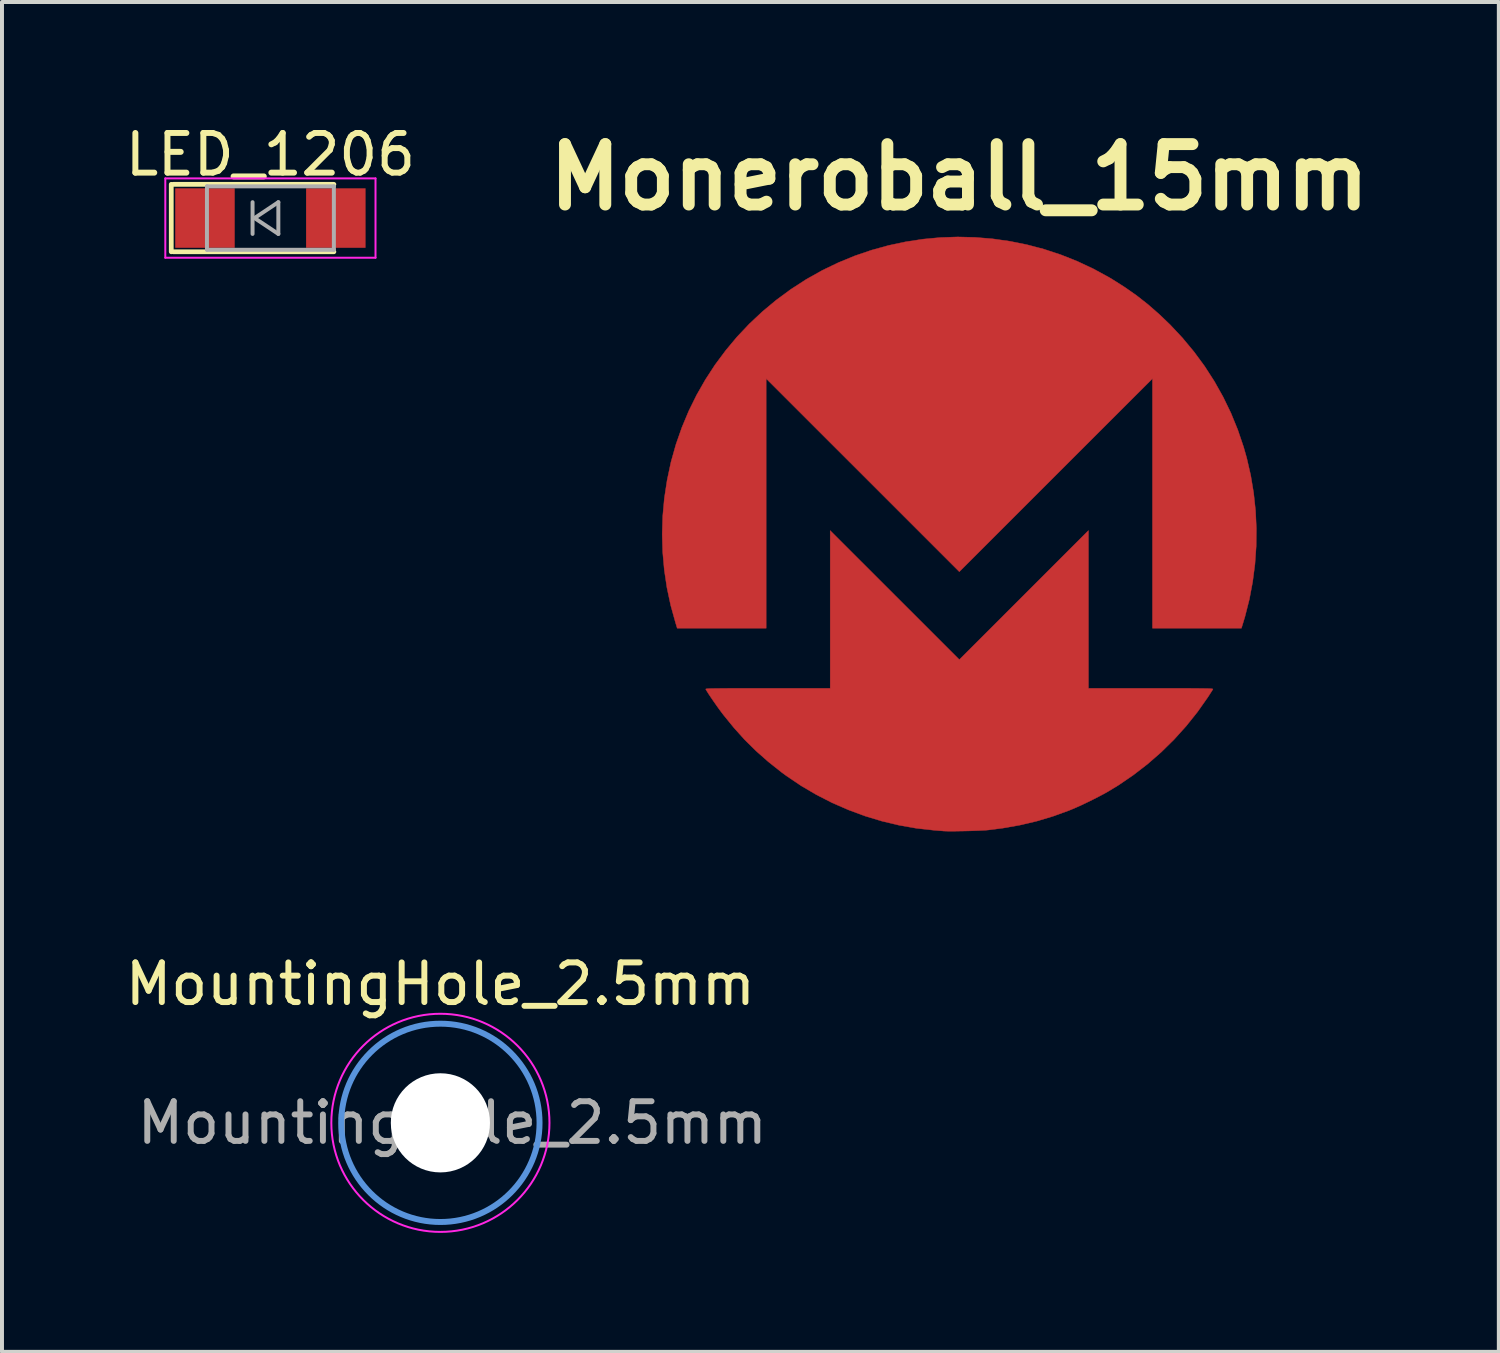
<source format=kicad_pcb>
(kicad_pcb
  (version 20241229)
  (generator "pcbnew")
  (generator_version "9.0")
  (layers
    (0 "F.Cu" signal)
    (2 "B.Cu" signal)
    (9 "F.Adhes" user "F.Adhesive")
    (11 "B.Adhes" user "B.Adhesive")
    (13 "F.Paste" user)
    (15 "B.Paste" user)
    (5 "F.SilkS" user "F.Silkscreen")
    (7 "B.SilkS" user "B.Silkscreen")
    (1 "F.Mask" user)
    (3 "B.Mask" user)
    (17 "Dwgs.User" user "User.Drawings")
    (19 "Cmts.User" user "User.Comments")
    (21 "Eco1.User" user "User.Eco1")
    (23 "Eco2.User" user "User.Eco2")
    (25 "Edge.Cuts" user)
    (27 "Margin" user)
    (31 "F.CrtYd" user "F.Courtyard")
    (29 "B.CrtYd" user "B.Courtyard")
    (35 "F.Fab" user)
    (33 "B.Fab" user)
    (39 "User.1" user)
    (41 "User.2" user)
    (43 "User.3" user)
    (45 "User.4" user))
  (footprint "Moneroball_15mm"
    (layer "F.Cu")
    (at 21.138 10.418)
    (property "Reference" "Moneroball_15mm" (at 0 -9 0) (layer "F.SilkS") (effects (font (size 1.524 1.524) (thickness 0.3))))
    (attr exclude_from_pos_files exclude_from_bom)
    (fp_poly (pts (xy 0.399 -7.483) (xy 0.838 -7.447) (xy 1.274 -7.385) (xy 1.707 -7.298) (xy 2.135 -7.185) (xy 2.557 -7.046) (xy 2.972 -6.881) (xy 3.378 -6.691) (xy 3.774 -6.475) (xy 3.845 -6.433) (xy 4.167 -6.229) (xy 4.47 -6.017) (xy 4.758 -5.791) (xy 5.038 -5.546) (xy 5.312 -5.284) (xy 5.626 -4.949) (xy 5.918 -4.598) (xy 6.187 -4.232) (xy 6.432 -3.851) (xy 6.653 -3.457) (xy 6.85 -3.05) (xy 7.021 -2.631) (xy 7.167 -2.2) (xy 7.247 -1.919) (xy 7.347 -1.484) (xy 7.421 -1.041) (xy 7.469 -0.593) (xy 7.49 -0.143) (xy 7.485 0.308) (xy 7.454 0.757) (xy 7.396 1.203) (xy 7.313 1.643) (xy 7.203 2.076) (xy 7.157 2.228) (xy 7.113 2.372) (xy 4.87 2.372) (xy 4.87 -3.922) (xy 2.435 -1.488) (xy 0 0.947) (xy -2.435 -1.488) (xy -4.87 -3.922) (xy -4.87 2.372) (xy -7.113 2.372) (xy -7.157 2.228) (xy -7.278 1.792) (xy -7.372 1.35) (xy -7.439 0.903) (xy -7.479 0.452) (xy -7.492 -0.001) (xy -7.478 -0.455) (xy -7.437 -0.908) (xy -7.368 -1.359) (xy -7.273 -1.806) (xy -7.267 -1.831) (xy -7.144 -2.267) (xy -6.995 -2.692) (xy -6.822 -3.106) (xy -6.624 -3.508) (xy -6.402 -3.897) (xy -6.158 -4.272) (xy -5.891 -4.631) (xy -5.604 -4.975) (xy -5.295 -5.302) (xy -4.967 -5.61) (xy -4.619 -5.9) (xy -4.253 -6.17) (xy -3.87 -6.418) (xy -3.845 -6.433) (xy -3.451 -6.654) (xy -3.047 -6.848) (xy -2.634 -7.018) (xy -2.214 -7.161) (xy -1.787 -7.279) (xy -1.355 -7.371) (xy -0.919 -7.438) (xy -0.481 -7.479) (xy -0.041 -7.494) (xy 0.399 -7.483)) (stroke (width 0.01) (type solid)) (fill yes) (layer "F.Cu"))
    (fp_poly (pts (xy 3.256 3.887) (xy 4.829 3.887) (xy 5.075 3.887) (xy 5.294 3.887) (xy 5.488 3.888) (xy 5.658 3.888) (xy 5.807 3.888) (xy 5.934 3.889) (xy 6.042 3.89) (xy 6.133 3.891) (xy 6.207 3.892) (xy 6.267 3.893) (xy 6.313 3.895) (xy 6.347 3.897) (xy 6.371 3.899) (xy 6.385 3.902) (xy 6.393 3.905) (xy 6.394 3.908) (xy 6.394 3.908) (xy 6.384 3.927) (xy 6.361 3.964) (xy 6.328 4.015) (xy 6.289 4.077) (xy 6.265 4.113) (xy 6.004 4.484) (xy 5.72 4.839) (xy 5.415 5.177) (xy 5.091 5.496) (xy 4.747 5.796) (xy 4.387 6.074) (xy 4.01 6.331) (xy 3.748 6.49) (xy 3.639 6.551) (xy 3.512 6.618) (xy 3.373 6.689) (xy 3.228 6.76) (xy 3.084 6.829) (xy 2.947 6.891) (xy 2.825 6.943) (xy 2.769 6.966) (xy 2.363 7.113) (xy 1.95 7.237) (xy 1.529 7.336) (xy 1.094 7.413) (xy 0.73 7.459) (xy 0.669 7.465) (xy 0.586 7.469) (xy 0.486 7.474) (xy 0.375 7.478) (xy 0.255 7.482) (xy 0.133 7.485) (xy 0.012 7.487) (xy -0.102 7.489) (xy -0.206 7.49) (xy -0.294 7.489) (xy -0.361 7.487) (xy -0.393 7.486) (xy -0.431 7.482) (xy -0.489 7.478) (xy -0.561 7.472) (xy -0.637 7.466) (xy -0.646 7.465) (xy -1.084 7.416) (xy -1.52 7.339) (xy -1.952 7.236) (xy -2.378 7.107) (xy -2.796 6.952) (xy -3.205 6.774) (xy -3.602 6.571) (xy -3.986 6.346) (xy -4.354 6.098) (xy -4.489 5.999) (xy -4.817 5.738) (xy -5.123 5.468) (xy -5.41 5.185) (xy -5.682 4.883) (xy -5.945 4.56) (xy -5.999 4.489) (xy -6.048 4.423) (xy -6.102 4.348) (xy -6.158 4.268) (xy -6.214 4.188) (xy -6.267 4.11) (xy -6.314 4.04) (xy -6.352 3.98) (xy -6.38 3.935) (xy -6.394 3.908) (xy -6.394 3.908) (xy -6.393 3.905) (xy -6.386 3.902) (xy -6.371 3.899) (xy -6.348 3.897) (xy -6.314 3.895) (xy -6.269 3.893) (xy -6.21 3.892) (xy -6.137 3.891) (xy -6.047 3.89) (xy -5.94 3.889) (xy -5.813 3.888) (xy -5.666 3.888) (xy -5.497 3.888) (xy -5.304 3.887) (xy -5.086 3.887) (xy -4.841 3.887) (xy -3.256 3.887) (xy -3.256 -0.091) (xy 0 3.164) (xy 1.628 1.537) (xy 3.256 -0.091) (xy 3.256 3.887)) (stroke (width 0.01) (type solid)) (fill yes) (layer "F.Cu"))
    (fp_poly (pts (xy 0.399 -7.483) (xy 0.838 -7.447) (xy 1.274 -7.385) (xy 1.707 -7.298) (xy 2.135 -7.185) (xy 2.557 -7.046) (xy 2.972 -6.881) (xy 3.378 -6.691) (xy 3.774 -6.475) (xy 3.845 -6.433) (xy 4.167 -6.229) (xy 4.47 -6.017) (xy 4.758 -5.791) (xy 5.038 -5.546) (xy 5.312 -5.284) (xy 5.626 -4.949) (xy 5.918 -4.598) (xy 6.187 -4.232) (xy 6.432 -3.851) (xy 6.653 -3.457) (xy 6.85 -3.05) (xy 7.021 -2.631) (xy 7.167 -2.2) (xy 7.247 -1.919) (xy 7.347 -1.484) (xy 7.421 -1.041) (xy 7.469 -0.593) (xy 7.49 -0.143) (xy 7.485 0.308) (xy 7.454 0.757) (xy 7.396 1.203) (xy 7.313 1.643) (xy 7.203 2.076) (xy 7.157 2.228) (xy 7.113 2.372) (xy 4.87 2.372) (xy 4.87 -3.922) (xy 2.435 -1.488) (xy 0 0.947) (xy -2.435 -1.488) (xy -4.87 -3.922) (xy -4.87 2.372) (xy -7.113 2.372) (xy -7.157 2.228) (xy -7.278 1.792) (xy -7.372 1.35) (xy -7.439 0.903) (xy -7.479 0.452) (xy -7.492 -0.001) (xy -7.478 -0.455) (xy -7.437 -0.908) (xy -7.368 -1.359) (xy -7.273 -1.806) (xy -7.267 -1.831) (xy -7.144 -2.267) (xy -6.995 -2.692) (xy -6.822 -3.106) (xy -6.624 -3.508) (xy -6.402 -3.897) (xy -6.158 -4.272) (xy -5.891 -4.631) (xy -5.604 -4.975) (xy -5.295 -5.302) (xy -4.967 -5.61) (xy -4.619 -5.9) (xy -4.253 -6.17) (xy -3.87 -6.418) (xy -3.845 -6.433) (xy -3.451 -6.654) (xy -3.047 -6.848) (xy -2.634 -7.018) (xy -2.214 -7.161) (xy -1.787 -7.279) (xy -1.355 -7.371) (xy -0.919 -7.438) (xy -0.481 -7.479) (xy -0.041 -7.494) (xy 0.399 -7.483)) (stroke (width 0.01) (type solid)) (fill yes) (layer "F.Mask"))
    (fp_poly (pts (xy 3.256 3.887) (xy 4.829 3.887) (xy 5.075 3.887) (xy 5.294 3.887) (xy 5.488 3.888) (xy 5.658 3.888) (xy 5.807 3.888) (xy 5.934 3.889) (xy 6.042 3.89) (xy 6.133 3.891) (xy 6.207 3.892) (xy 6.267 3.893) (xy 6.313 3.895) (xy 6.347 3.897) (xy 6.371 3.899) (xy 6.385 3.902) (xy 6.393 3.905) (xy 6.394 3.908) (xy 6.394 3.908) (xy 6.384 3.927) (xy 6.361 3.964) (xy 6.328 4.015) (xy 6.289 4.077) (xy 6.265 4.113) (xy 6.004 4.484) (xy 5.72 4.839) (xy 5.415 5.177) (xy 5.091 5.496) (xy 4.747 5.796) (xy 4.387 6.074) (xy 4.01 6.331) (xy 3.748 6.49) (xy 3.639 6.551) (xy 3.512 6.618) (xy 3.373 6.689) (xy 3.228 6.76) (xy 3.084 6.829) (xy 2.947 6.891) (xy 2.825 6.943) (xy 2.769 6.966) (xy 2.363 7.113) (xy 1.95 7.237) (xy 1.529 7.336) (xy 1.094 7.413) (xy 0.73 7.459) (xy 0.669 7.465) (xy 0.586 7.469) (xy 0.486 7.474) (xy 0.375 7.478) (xy 0.255 7.482) (xy 0.133 7.485) (xy 0.012 7.487) (xy -0.102 7.489) (xy -0.206 7.49) (xy -0.294 7.489) (xy -0.361 7.487) (xy -0.393 7.486) (xy -0.431 7.482) (xy -0.489 7.478) (xy -0.561 7.472) (xy -0.637 7.466) (xy -0.646 7.465) (xy -1.084 7.416) (xy -1.52 7.339) (xy -1.952 7.236) (xy -2.378 7.107) (xy -2.796 6.952) (xy -3.205 6.774) (xy -3.602 6.571) (xy -3.986 6.346) (xy -4.354 6.098) (xy -4.489 5.999) (xy -4.817 5.738) (xy -5.123 5.468) (xy -5.41 5.185) (xy -5.682 4.883) (xy -5.945 4.56) (xy -5.999 4.489) (xy -6.048 4.423) (xy -6.102 4.348) (xy -6.158 4.268) (xy -6.214 4.188) (xy -6.267 4.11) (xy -6.314 4.04) (xy -6.352 3.98) (xy -6.38 3.935) (xy -6.394 3.908) (xy -6.394 3.908) (xy -6.393 3.905) (xy -6.386 3.902) (xy -6.371 3.899) (xy -6.348 3.897) (xy -6.314 3.895) (xy -6.269 3.893) (xy -6.21 3.892) (xy -6.137 3.891) (xy -6.047 3.89) (xy -5.94 3.889) (xy -5.813 3.888) (xy -5.666 3.888) (xy -5.497 3.888) (xy -5.304 3.887) (xy -5.086 3.887) (xy -4.841 3.887) (xy -3.256 3.887) (xy -3.256 -0.091) (xy 0 3.164) (xy 1.628 1.537) (xy 3.256 -0.091) (xy 3.256 3.887)) (stroke (width 0.01) (type solid)) (fill yes) (layer "F.Mask")))
  (footprint "LED_1206"
    (layer "F.Cu")
    (at 3.768 2.448)
    (property "Reference" "LED_1206" (at 0 -1.6 0) (layer "F.SilkS") (effects (font (size 1 1) (thickness 0.15))))
    (attr smd)
    (fp_line (start -2.5 -0.85) (end -2.5 0.85) (stroke (width 0.12) (type solid)) (layer "F.SilkS"))
    (fp_line (start -2.45 -0.85) (end 1.6 -0.85) (stroke (width 0.12) (type solid)) (layer "F.SilkS"))
    (fp_line (start -2.45 0.85) (end 1.6 0.85) (stroke (width 0.12) (type solid)) (layer "F.SilkS"))
    (fp_line (start -2.65 -1) (end 2.65 -1) (stroke (width 0.05) (type solid)) (layer "F.CrtYd"))
    (fp_line (start -2.65 1) (end -2.65 -1) (stroke (width 0.05) (type solid)) (layer "F.CrtYd"))
    (fp_line (start 2.65 -1) (end 2.65 1) (stroke (width 0.05) (type solid)) (layer "F.CrtYd"))
    (fp_line (start 2.65 1) (end -2.65 1) (stroke (width 0.05) (type solid)) (layer "F.CrtYd"))
    (fp_line (start -1.6 -0.8) (end 1.6 -0.8) (stroke (width 0.1) (type solid)) (layer "F.Fab"))
    (fp_line (start -1.6 0.8) (end -1.6 -0.8) (stroke (width 0.1) (type solid)) (layer "F.Fab"))
    (fp_line (start -0.45 -0.4) (end -0.45 0.4) (stroke (width 0.1) (type solid)) (layer "F.Fab"))
    (fp_line (start -0.4 0) (end 0.2 -0.4) (stroke (width 0.1) (type solid)) (layer "F.Fab"))
    (fp_line (start 0.2 -0.4) (end 0.2 0.4) (stroke (width 0.1) (type solid)) (layer "F.Fab"))
    (fp_line (start 0.2 0.4) (end -0.4 0) (stroke (width 0.1) (type solid)) (layer "F.Fab"))
    (fp_line (start 1.6 -0.8) (end 1.6 0.8) (stroke (width 0.1) (type solid)) (layer "F.Fab"))
    (fp_line (start 1.6 0.8) (end -1.6 0.8) (stroke (width 0.1) (type solid)) (layer "F.Fab"))
    (pad "1" smd rect (at -1.65 0 180) (size 1.5 1.5) (layers "F.Cu" "F.Mask" "F.Paste"))
    (pad "2" smd rect (at 1.65 0 180) (size 1.5 1.5) (layers "F.Cu" "F.Mask" "F.Paste")))
  (footprint "MountingHole_2.5mm"
    (layer "F.Cu")
    (at 8.054 25.261)
    (property "Reference" "MountingHole_2.5mm" (at 0 -3.5 0) (layer "F.SilkS") (effects (font (size 1 1) (thickness 0.15))))
    (attr exclude_from_pos_files exclude_from_bom)
    (fp_circle (center 0 0) (end 2.5 0) (stroke (width 0.15) (type solid)) (fill no) (layer "Cmts.User"))
    (fp_circle (center 0 0) (end 2.75 0) (stroke (width 0.05) (type solid)) (fill no) (layer "F.CrtYd"))
    (fp_text user "${REFERENCE}" (at 0.3 0 0) (layer "F.Fab") (effects (font (size 1 1) (thickness 0.15))))
    (pad "" np_thru_hole circle (at 0 0) (size 2.5 2.5) (drill 2.5) (layers "*.Cu" "*.Paste" "*.Mask")))
  (gr_rect
    (start -3 -3)
    (end 34.741 31.036)
    (stroke (width 0.1) (type default))
    (fill no)
    (layer "Edge.Cuts")))
</source>
